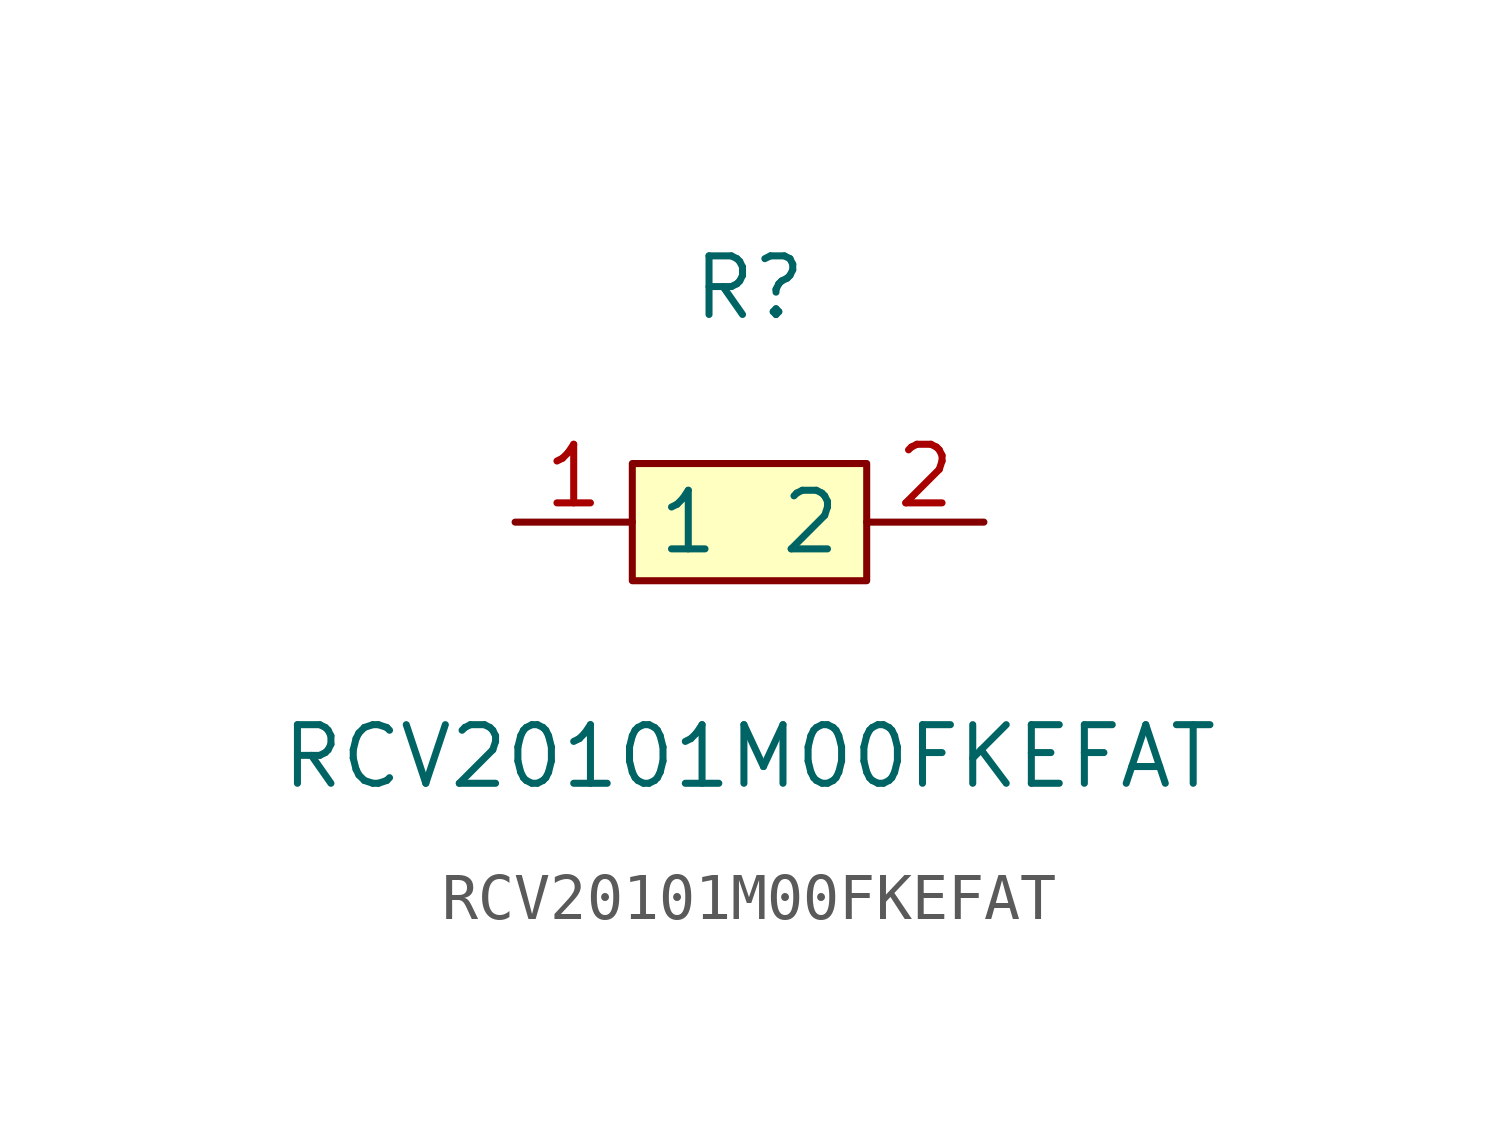
<source format=kicad_sym>
(kicad_symbol_lib
  (version 1)
  (generator "faebryk")
  (symbol "RCV20101M00FKEFAT"
    (property "Reference" "R"
      (at 0 5.08 0)
      (effects (font (size 1.27 1.27)) (hide no)))
    (property "Value" "RCV20101M00FKEFAT"
      (at 0 -5.08 0)
      (effects (font (size 1.27 1.27)) (hide no)))
    (symbol "RCV20101M00FKEFAT_0_1"
      (rectangle (start -2.54 1.27) (end 2.54 -1.27) (stroke (width 0) (type default) (color 0 0 0 0)) (fill (type background)))
      (pin unspecified line (at 5.08 0 180) (length 2.54) (name "2" (effects (font (size 1.27 1.27)) (hide no))) (number "2" (effects (font (size 1.27 1.27)) (hide no))))
      (pin unspecified line (at -5.08 0 0) (length 2.54) (name "1" (effects (font (size 1.27 1.27)) (hide no))) (number "1" (effects (font (size 1.27 1.27)) (hide no)))))))
</source>
